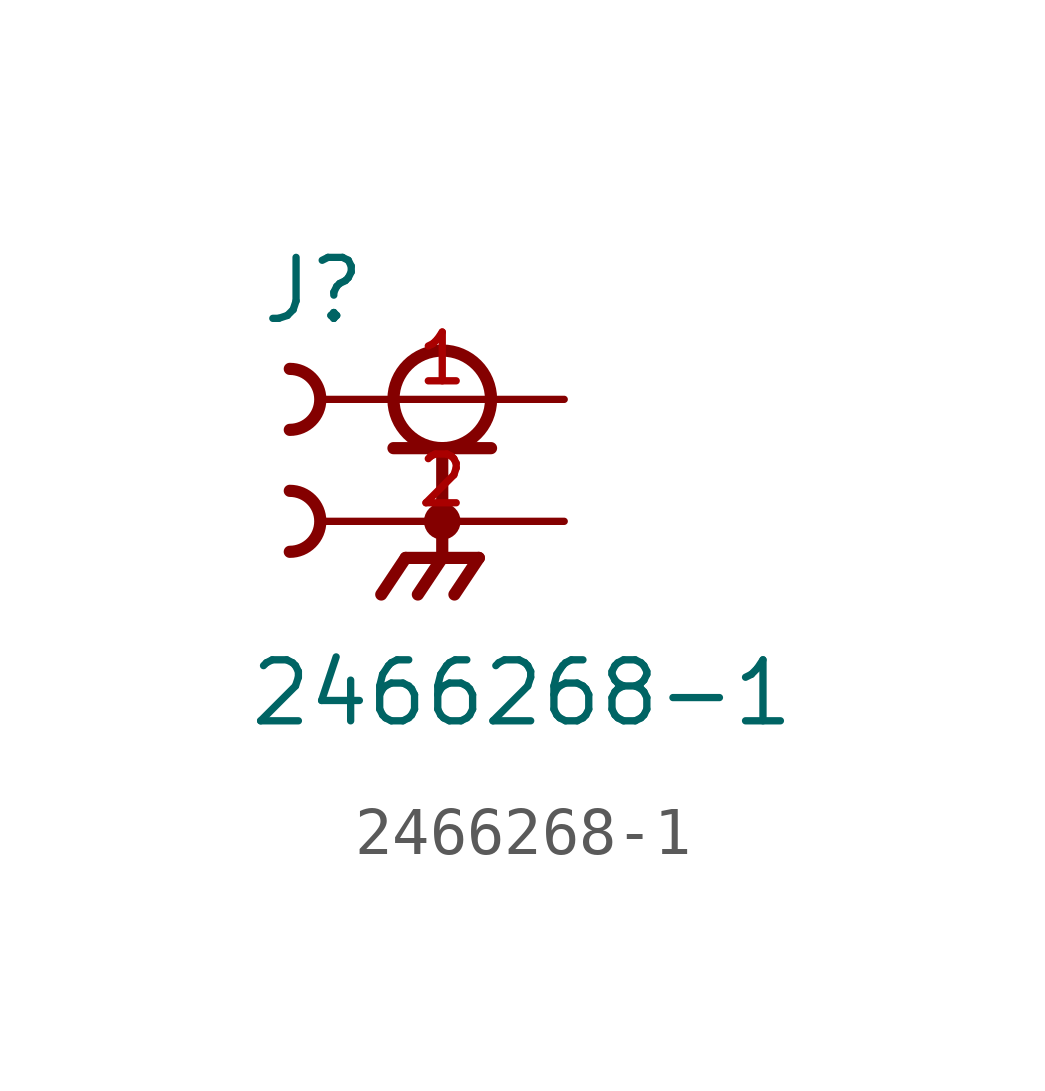
<source format=kicad_sym>
(kicad_symbol_lib
  (version 20211014)
  (generator kicad_symbol_editor)
  (symbol "2466268-1"
    (pin_names
      (offset 1.016))
    (property "Reference" "J"
      (at -6.35 1.524 0)
      (effects (font (size 1.27 1.27)) (justify bottom left)))
    (property "Value" "2466268-1"
      (at -6.604 -6.858 0)
      (effects (font (size 1.27 1.27)) (justify bottom left)))
    (symbol "2466268-1_0_0"
      (circle (center -2.54 0.0) (radius 1.016) (stroke (width 0.254)) (fill (type none)))
      (polyline (pts (xy -3.556 -1.016) (xy -2.54 -1.016)) (stroke (width 0.254)))
      (polyline (pts (xy -2.54 -1.016) (xy -1.524 -1.016)) (stroke (width 0.254)))
      (polyline (pts (xy -2.54 -1.016) (xy -2.54 -3.302)) (stroke (width 0.254)))
      (circle (center -2.54 -2.54) (radius 0.254) (stroke (width 0.254)) (fill (type none)))
      (polyline (pts (xy -2.54 -3.302) (xy -3.302 -3.302)) (stroke (width 0.254)))
      (polyline (pts (xy -2.54 -3.302) (xy -1.778 -3.302)) (stroke (width 0.254)))
      (polyline (pts (xy -3.302 -3.302) (xy -3.81 -4.064)) (stroke (width 0.254)))
      (polyline (pts (xy -2.54 -3.302) (xy -3.048 -4.064)) (stroke (width 0.254)))
      (polyline (pts (xy -1.778 -3.302) (xy -2.286 -4.064)) (stroke (width 0.254)))
      (arc (start -5.715 0.635) (mid -5.08 -0.0) (end -5.715 -0.635) (stroke (width 0.254) (type default) (color 0 0 0 0)) (fill (type none)))
      (arc (start -5.715 -1.905) (mid -5.08 -2.54) (end -5.715 -3.175) (stroke (width 0.254) (type default) (color 0 0 0 0)) (fill (type none)))
      (pin passive line (at 0.0 0.0 180.0) (length 5.08) (name "~" (effects (font (size 1.016 1.016)))) (number "1" (effects (font (size 1.016 1.016)))))
      (pin power_in line (at 0.0 -2.54 180.0) (length 5.08) (name "~" (effects (font (size 1.016 1.016)))) (number "2" (effects (font (size 1.016 1.016)))))
      (pin power_in line (at 0.0 -2.54 180.0) (length 5.08) hide (name "~" (effects (font (size 1.016 1.016)))) (number "3" (effects (font (size 1.016 1.016)))))
      (pin power_in line (at 0.0 -2.54 180.0) (length 5.08) hide (name "~" (effects (font (size 1.016 1.016)))) (number "4" (effects (font (size 1.016 1.016)))))
      (pin power_in line (at 0.0 -2.54 180.0) (length 5.08) hide (name "~" (effects (font (size 1.016 1.016)))) (number "5" (effects (font (size 1.016 1.016))))))))
</source>
